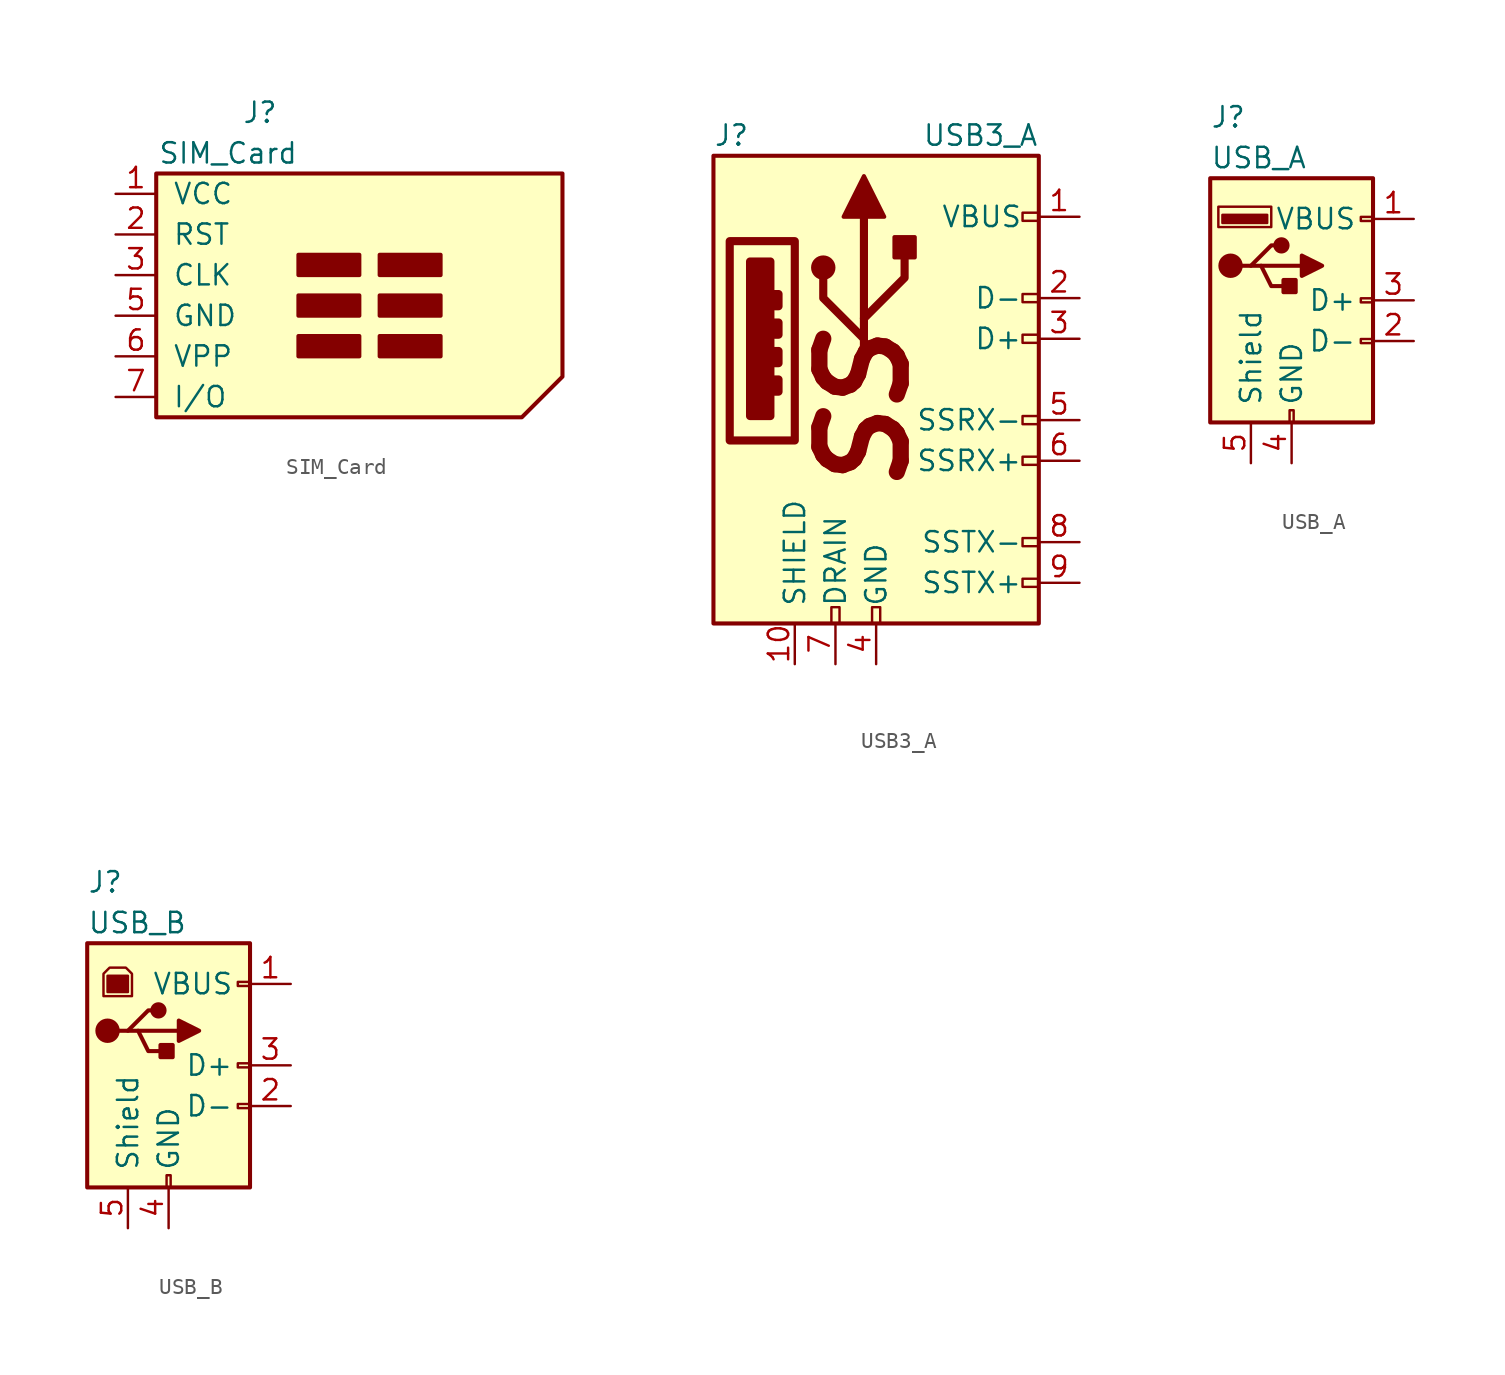
<source format=kicad_sym>
(kicad_symbol_lib
  (version 20211014)
  (generator kicad_symbol_editor)
  (symbol "SIM_Card"
    (pin_names
      (offset 1.016))
    (property "Reference" "J"
      (at -2.54 12.7 0)
      (effects (font (size 1.27 1.27)) (justify right)))
    (property "Value" "SIM_Card"
      (at -1.27 10.16 0)
      (effects (font (size 1.27 1.27)) (justify right)))
    (symbol "SIM_Card_0_1"
      (rectangle (start -1.27 -2.54) (end 2.54 -1.27) (stroke (width 0.254) (type default) (color 0 0 0 0)) (fill (type outline)))
      (rectangle (start -1.27 0) (end 2.54 1.27) (stroke (width 0.254) (type default) (color 0 0 0 0)) (fill (type outline)))
      (rectangle (start -1.27 2.54) (end 2.54 3.81) (stroke (width 0.254) (type default) (color 0 0 0 0)) (fill (type outline)))
      (polyline (pts (xy -10.16 8.89) (xy 15.24 8.89) (xy 15.24 -3.81) (xy 12.7 -6.35) (xy -10.16 -6.35) (xy -10.16 8.89)) (stroke (width 0.254) (type default) (color 0 0 0 0)) (fill (type background)))
      (rectangle (start 3.81 -1.27) (end 7.62 -2.54) (stroke (width 0.254) (type default) (color 0 0 0 0)) (fill (type outline)))
      (rectangle (start 3.81 0) (end 7.62 1.27) (stroke (width 0.254) (type default) (color 0 0 0 0)) (fill (type outline)))
      (rectangle (start 3.81 2.54) (end 7.62 3.81) (stroke (width 0.254) (type default) (color 0 0 0 0)) (fill (type outline))))
    (symbol "SIM_Card_1_1"
      (pin power_in line (at -12.7 7.62 0) (length 2.54) (name "VCC" (effects (font (size 1.27 1.27)))) (number "1" (effects (font (size 1.27 1.27)))))
      (pin input line (at -12.7 5.08 0) (length 2.54) (name "RST" (effects (font (size 1.27 1.27)))) (number "2" (effects (font (size 1.27 1.27)))))
      (pin input line (at -12.7 2.54 0) (length 2.54) (name "CLK" (effects (font (size 1.27 1.27)))) (number "3" (effects (font (size 1.27 1.27)))))
      (pin power_in line (at -12.7 0 0) (length 2.54) (name "GND" (effects (font (size 1.27 1.27)))) (number "5" (effects (font (size 1.27 1.27)))))
      (pin input line (at -12.7 -2.54 0) (length 2.54) (name "VPP" (effects (font (size 1.27 1.27)))) (number "6" (effects (font (size 1.27 1.27)))))
      (pin bidirectional line (at -12.7 -5.08 0) (length 2.54) (name "I/O" (effects (font (size 1.27 1.27)))) (number "7" (effects (font (size 1.27 1.27)))))))
  (symbol "USB3_A"
    (pin_names
      (offset 1.016))
    (property "Reference" "J"
      (at -10.16 15.24 0)
      (effects (font (size 1.27 1.27)) (justify left)))
    (property "Value" "USB3_A"
      (at 10.16 15.24 0)
      (effects (font (size 1.27 1.27)) (justify right)))
    (symbol "USB3_A_0_0"
      (rectangle (start -9.144 8.636) (end -5.08 -3.81) (stroke (width 0.508) (type default) (color 0 0 0 0)) (fill (type none)))
      (rectangle (start -7.874 7.366) (end -6.604 -2.286) (stroke (width 0.508) (type default) (color 0 0 0 0)) (fill (type outline)))
      (rectangle (start -6.35 0) (end -6.096 -0.762) (stroke (width 0.508) (type default) (color 0 0 0 0)) (fill (type none)))
      (rectangle (start -6.35 1.778) (end -6.096 1.016) (stroke (width 0.508) (type default) (color 0 0 0 0)) (fill (type none)))
      (rectangle (start -6.35 3.556) (end -6.096 2.794) (stroke (width 0.508) (type default) (color 0 0 0 0)) (fill (type none)))
      (rectangle (start -6.35 5.334) (end -6.096 4.572) (stroke (width 0.508) (type default) (color 0 0 0 0)) (fill (type none)))
      (rectangle (start -2.794 -15.24) (end -2.286 -14.224) (stroke (width 0) (type default) (color 0 0 0 0)) (fill (type none)))
      (rectangle (start -0.254 -15.24) (end 0.254 -14.224) (stroke (width 0) (type default) (color 0 0 0 0)) (fill (type none)))
      (rectangle (start 10.16 -12.446) (end 9.144 -12.954) (stroke (width 0) (type default) (color 0 0 0 0)) (fill (type none)))
      (rectangle (start 10.16 -9.906) (end 9.144 -10.414) (stroke (width 0) (type default) (color 0 0 0 0)) (fill (type none)))
      (rectangle (start 10.16 -4.826) (end 9.144 -5.334) (stroke (width 0) (type default) (color 0 0 0 0)) (fill (type none)))
      (rectangle (start 10.16 -2.286) (end 9.144 -2.794) (stroke (width 0) (type default) (color 0 0 0 0)) (fill (type none)))
      (rectangle (start 10.16 2.794) (end 9.144 2.286) (stroke (width 0) (type default) (color 0 0 0 0)) (fill (type none)))
      (rectangle (start 10.16 5.334) (end 9.144 4.826) (stroke (width 0) (type default) (color 0 0 0 0)) (fill (type none)))
      (rectangle (start 10.16 10.414) (end 9.144 9.906) (stroke (width 0) (type default) (color 0 0 0 0)) (fill (type none)))
      (text "SS" (at -0.762 -1.905 900) (effects (font (size 5.08 5.08) bold italic))))
    (symbol "USB3_A_0_1"
      (rectangle (start -10.16 13.97) (end 10.16 -15.24) (stroke (width 0.254) (type default) (color 0 0 0 0)) (fill (type background)))
      (circle (center -3.302 6.985) (radius 0.635) (stroke (width 0.254) (type default) (color 0 0 0 0)) (fill (type outline)))
      (polyline (pts (xy -0.762 1.27) (xy -0.762 10.16)) (stroke (width 0.508) (type default) (color 0 0 0 0)) (fill (type none)))
      (polyline (pts (xy -0.762 2.54) (xy -3.302 5.08) (xy -3.302 6.35)) (stroke (width 0.508) (type default) (color 0 0 0 0)) (fill (type none)))
      (polyline (pts (xy -0.762 3.81) (xy 1.778 6.35) (xy 1.778 7.62)) (stroke (width 0.508) (type default) (color 0 0 0 0)) (fill (type none)))
      (polyline (pts (xy -2.032 10.16) (xy -0.762 12.7) (xy 0.508 10.16) (xy -2.032 10.16)) (stroke (width 0.254) (type default) (color 0 0 0 0)) (fill (type outline)))
      (rectangle (start 1.143 7.62) (end 2.413 8.89) (stroke (width 0.254) (type default) (color 0 0 0 0)) (fill (type outline))))
    (symbol "USB3_A_1_1"
      (pin power_in line (at 12.7 10.16 180) (length 2.54) (name "VBUS" (effects (font (size 1.27 1.27)))) (number "1" (effects (font (size 1.27 1.27)))))
      (pin passive line (at -5.08 -17.78 90) (length 2.54) (name "SHIELD" (effects (font (size 1.27 1.27)))) (number "10" (effects (font (size 1.27 1.27)))))
      (pin bidirectional line (at 12.7 5.08 180) (length 2.54) (name "D-" (effects (font (size 1.27 1.27)))) (number "2" (effects (font (size 1.27 1.27)))))
      (pin bidirectional line (at 12.7 2.54 180) (length 2.54) (name "D+" (effects (font (size 1.27 1.27)))) (number "3" (effects (font (size 1.27 1.27)))))
      (pin power_in line (at 0 -17.78 90) (length 2.54) (name "GND" (effects (font (size 1.27 1.27)))) (number "4" (effects (font (size 1.27 1.27)))))
      (pin bidirectional line (at 12.7 -2.54 180) (length 2.54) (name "SSRX-" (effects (font (size 1.27 1.27)))) (number "5" (effects (font (size 1.27 1.27)))))
      (pin bidirectional line (at 12.7 -5.08 180) (length 2.54) (name "SSRX+" (effects (font (size 1.27 1.27)))) (number "6" (effects (font (size 1.27 1.27)))))
      (pin power_in line (at -2.54 -17.78 90) (length 2.54) (name "DRAIN" (effects (font (size 1.27 1.27)))) (number "7" (effects (font (size 1.27 1.27)))))
      (pin bidirectional line (at 12.7 -10.16 180) (length 2.54) (name "SSTX-" (effects (font (size 1.27 1.27)))) (number "8" (effects (font (size 1.27 1.27)))))
      (pin bidirectional line (at 12.7 -12.7 180) (length 2.54) (name "SSTX+" (effects (font (size 1.27 1.27)))) (number "9" (effects (font (size 1.27 1.27)))))))
  (symbol "USB_A"
    (pin_names
      (offset 1.016))
    (property "Reference" "J"
      (at -5.08 11.43 0)
      (effects (font (size 1.27 1.27)) (justify left)))
    (property "Value" "USB_A"
      (at -5.08 8.89 0)
      (effects (font (size 1.27 1.27)) (justify left)))
    (symbol "USB_A_0_1"
      (rectangle (start -5.08 -7.62) (end 5.08 7.62) (stroke (width 0.254) (type default) (color 0 0 0 0)) (fill (type background)))
      (circle (center -3.81 2.159) (radius 0.635) (stroke (width 0.254) (type default) (color 0 0 0 0)) (fill (type outline)))
      (rectangle (start -1.524 4.826) (end -4.318 5.334) (stroke (width 0) (type default) (color 0 0 0 0)) (fill (type outline)))
      (rectangle (start -1.27 4.572) (end -4.572 5.842) (stroke (width 0) (type default) (color 0 0 0 0)) (fill (type none)))
      (circle (center -0.635 3.429) (radius 0.381) (stroke (width 0.254) (type default) (color 0 0 0 0)) (fill (type outline)))
      (rectangle (start -0.127 -7.62) (end 0.127 -6.858) (stroke (width 0) (type default) (color 0 0 0 0)) (fill (type none)))
      (polyline (pts (xy -3.175 2.159) (xy -2.54 2.159) (xy -1.27 3.429) (xy -0.635 3.429)) (stroke (width 0.254) (type default) (color 0 0 0 0)) (fill (type none)))
      (polyline (pts (xy -2.54 2.159) (xy -1.905 2.159) (xy -1.27 0.889) (xy 0 0.889)) (stroke (width 0.254) (type default) (color 0 0 0 0)) (fill (type none)))
      (polyline (pts (xy 0.635 2.794) (xy 0.635 1.524) (xy 1.905 2.159) (xy 0.635 2.794)) (stroke (width 0.254) (type default) (color 0 0 0 0)) (fill (type outline)))
      (rectangle (start 0.254 1.27) (end -0.508 0.508) (stroke (width 0.254) (type default) (color 0 0 0 0)) (fill (type outline)))
      (rectangle (start 5.08 -2.667) (end 4.318 -2.413) (stroke (width 0) (type default) (color 0 0 0 0)) (fill (type none)))
      (rectangle (start 5.08 -0.127) (end 4.318 0.127) (stroke (width 0) (type default) (color 0 0 0 0)) (fill (type none)))
      (rectangle (start 5.08 4.953) (end 4.318 5.207) (stroke (width 0) (type default) (color 0 0 0 0)) (fill (type none))))
    (symbol "USB_A_1_1"
      (polyline (pts (xy -1.905 2.159) (xy 0.635 2.159)) (stroke (width 0.254) (type default) (color 0 0 0 0)) (fill (type none)))
      (pin power_in line (at 7.62 5.08 180) (length 2.54) (name "VBUS" (effects (font (size 1.27 1.27)))) (number "1" (effects (font (size 1.27 1.27)))))
      (pin passive line (at 7.62 -2.54 180) (length 2.54) (name "D-" (effects (font (size 1.27 1.27)))) (number "2" (effects (font (size 1.27 1.27)))))
      (pin passive line (at 7.62 0 180) (length 2.54) (name "D+" (effects (font (size 1.27 1.27)))) (number "3" (effects (font (size 1.27 1.27)))))
      (pin power_in line (at 0 -10.16 90) (length 2.54) (name "GND" (effects (font (size 1.27 1.27)))) (number "4" (effects (font (size 1.27 1.27)))))
      (pin passive line (at -2.54 -10.16 90) (length 2.54) (name "Shield" (effects (font (size 1.27 1.27)))) (number "5" (effects (font (size 1.27 1.27)))))))
  (symbol "USB_B"
    (pin_names
      (offset 1.016))
    (property "Reference" "J"
      (at -5.08 11.43 0)
      (effects (font (size 1.27 1.27)) (justify left)))
    (property "Value" "USB_B"
      (at -5.08 8.89 0)
      (effects (font (size 1.27 1.27)) (justify left)))
    (symbol "USB_B_0_1"
      (rectangle (start -5.08 -7.62) (end 5.08 7.62) (stroke (width 0.254) (type default) (color 0 0 0 0)) (fill (type background)))
      (circle (center -3.81 2.159) (radius 0.635) (stroke (width 0.254) (type default) (color 0 0 0 0)) (fill (type outline)))
      (rectangle (start -3.81 5.588) (end -2.54 4.572) (stroke (width 0) (type default) (color 0 0 0 0)) (fill (type outline)))
      (circle (center -0.635 3.429) (radius 0.381) (stroke (width 0.254) (type default) (color 0 0 0 0)) (fill (type outline)))
      (rectangle (start -0.127 -7.62) (end 0.127 -6.858) (stroke (width 0) (type default) (color 0 0 0 0)) (fill (type none)))
      (polyline (pts (xy -1.905 2.159) (xy 0.635 2.159)) (stroke (width 0.254) (type default) (color 0 0 0 0)) (fill (type none)))
      (polyline (pts (xy -3.175 2.159) (xy -2.54 2.159) (xy -1.27 3.429) (xy -0.635 3.429)) (stroke (width 0.254) (type default) (color 0 0 0 0)) (fill (type none)))
      (polyline (pts (xy -2.54 2.159) (xy -1.905 2.159) (xy -1.27 0.889) (xy 0 0.889)) (stroke (width 0.254) (type default) (color 0 0 0 0)) (fill (type none)))
      (polyline (pts (xy 0.635 2.794) (xy 0.635 1.524) (xy 1.905 2.159) (xy 0.635 2.794)) (stroke (width 0.254) (type default) (color 0 0 0 0)) (fill (type outline)))
      (polyline (pts (xy -4.064 4.318) (xy -2.286 4.318) (xy -2.286 5.715) (xy -2.667 6.096) (xy -3.683 6.096) (xy -4.064 5.715) (xy -4.064 4.318)) (stroke (width 0) (type default) (color 0 0 0 0)) (fill (type none)))
      (rectangle (start 0.254 1.27) (end -0.508 0.508) (stroke (width 0.254) (type default) (color 0 0 0 0)) (fill (type outline)))
      (rectangle (start 5.08 -2.667) (end 4.318 -2.413) (stroke (width 0) (type default) (color 0 0 0 0)) (fill (type none)))
      (rectangle (start 5.08 -0.127) (end 4.318 0.127) (stroke (width 0) (type default) (color 0 0 0 0)) (fill (type none)))
      (rectangle (start 5.08 4.953) (end 4.318 5.207) (stroke (width 0) (type default) (color 0 0 0 0)) (fill (type none))))
    (symbol "USB_B_1_1"
      (pin power_out line (at 7.62 5.08 180) (length 2.54) (name "VBUS" (effects (font (size 1.27 1.27)))) (number "1" (effects (font (size 1.27 1.27)))))
      (pin passive line (at 7.62 -2.54 180) (length 2.54) (name "D-" (effects (font (size 1.27 1.27)))) (number "2" (effects (font (size 1.27 1.27)))))
      (pin passive line (at 7.62 0 180) (length 2.54) (name "D+" (effects (font (size 1.27 1.27)))) (number "3" (effects (font (size 1.27 1.27)))))
      (pin power_out line (at 0 -10.16 90) (length 2.54) (name "GND" (effects (font (size 1.27 1.27)))) (number "4" (effects (font (size 1.27 1.27)))))
      (pin passive line (at -2.54 -10.16 90) (length 2.54) (name "Shield" (effects (font (size 1.27 1.27)))) (number "5" (effects (font (size 1.27 1.27))))))))
</source>
